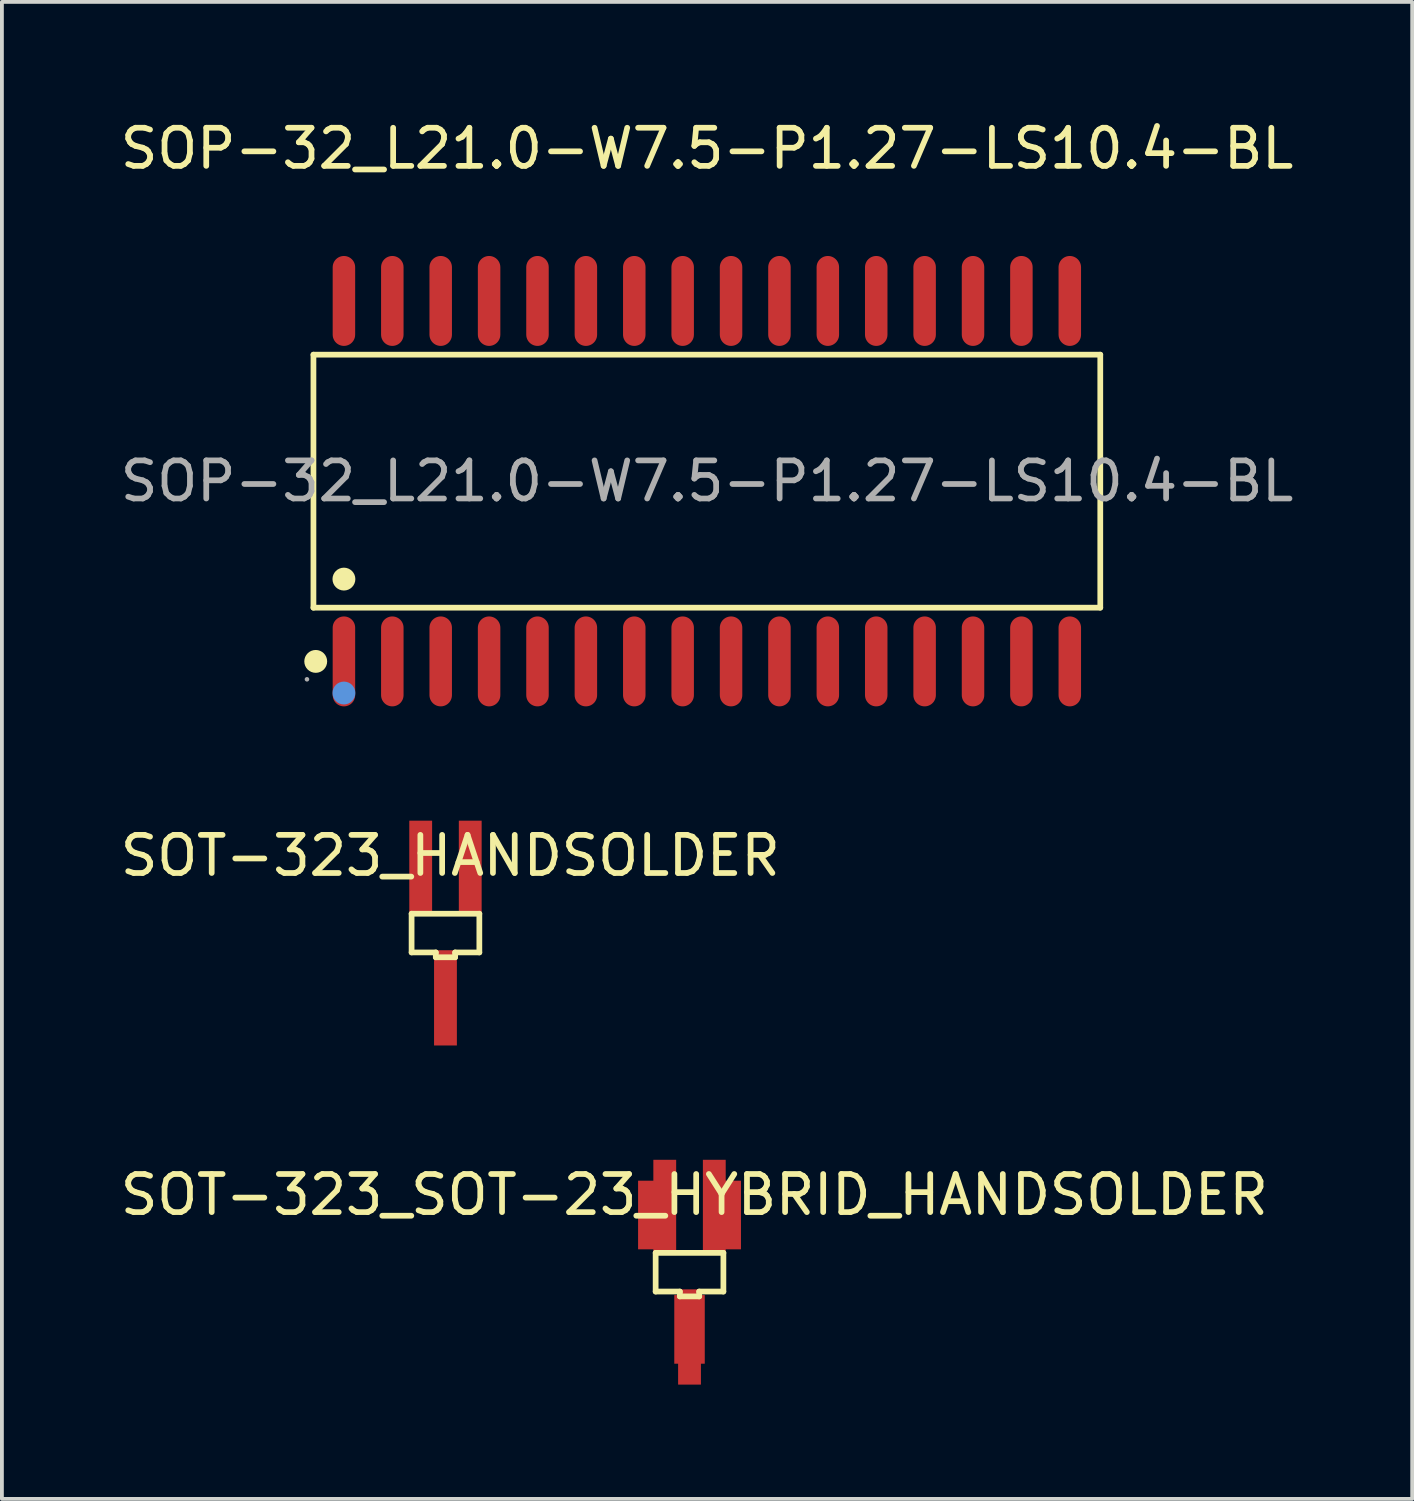
<source format=kicad_pcb>
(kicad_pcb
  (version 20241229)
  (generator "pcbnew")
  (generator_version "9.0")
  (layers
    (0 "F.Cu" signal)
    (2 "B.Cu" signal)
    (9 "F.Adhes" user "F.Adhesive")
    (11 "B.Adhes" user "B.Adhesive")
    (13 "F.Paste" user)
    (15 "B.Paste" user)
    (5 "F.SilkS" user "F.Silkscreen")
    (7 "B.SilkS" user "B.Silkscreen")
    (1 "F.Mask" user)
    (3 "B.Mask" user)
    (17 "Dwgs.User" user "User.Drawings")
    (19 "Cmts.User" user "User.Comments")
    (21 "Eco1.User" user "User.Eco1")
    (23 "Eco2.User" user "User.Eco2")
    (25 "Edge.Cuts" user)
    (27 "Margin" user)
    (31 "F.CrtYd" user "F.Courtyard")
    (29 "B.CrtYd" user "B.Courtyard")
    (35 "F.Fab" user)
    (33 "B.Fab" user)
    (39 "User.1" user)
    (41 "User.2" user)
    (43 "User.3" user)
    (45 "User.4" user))
  (footprint "SOP-32_L21.0-W7.5-P1.27-LS10.4-BL"
    (layer "F.Cu")
    (at 15.506 9.578)
    (property "Reference" "SOP-32_L21.0-W7.5-P1.27-LS10.4-BL" (at 0 -8.73 0) (layer "F.SilkS") (effects (font (size 1 1) (thickness 0.15))))
    (attr through_hole)
    (fp_line (start -10.33 -3.32) (end 10.32 -3.32) (stroke (width 0.15) (type solid)) (layer "F.SilkS"))
    (fp_line (start -10.33 3.32) (end -10.33 -3.32) (stroke (width 0.15) (type solid)) (layer "F.SilkS"))
    (fp_line (start 10.32 -3.32) (end 10.32 3.32) (stroke (width 0.15) (type solid)) (layer "F.SilkS"))
    (fp_line (start 10.32 3.32) (end -10.33 3.32) (stroke (width 0.15) (type solid)) (layer "F.SilkS"))
    (fp_circle (center -10.27 4.73) (end -10.12 4.73) (stroke (width 0.3) (type solid)) (fill no) (layer "F.SilkS"))
    (fp_circle (center -9.53 2.57) (end -9.38 2.57) (stroke (width 0.3) (type solid)) (fill no) (layer "F.SilkS"))
    (fp_circle (center -9.53 5.56) (end -9.38 5.56) (stroke (width 0.3) (type solid)) (fill no) (layer "Cmts.User"))
    (fp_circle (center -10.5 5.2) (end -10.47 5.2) (stroke (width 0.06) (type solid)) (fill no) (layer "F.Fab"))
    (fp_text user "${REFERENCE}" (at 0 0 0) (layer "F.Fab") (effects (font (size 1 1) (thickness 0.15))))
    (pad "1" smd oval (at -9.53 4.73) (size 0.59 2.36) (layers "F.Cu" "F.Mask" "F.Paste"))
    (pad "2" smd oval (at -8.26 4.73) (size 0.59 2.36) (layers "F.Cu" "F.Mask" "F.Paste"))
    (pad "3" smd oval (at -6.99 4.73) (size 0.59 2.36) (layers "F.Cu" "F.Mask" "F.Paste"))
    (pad "4" smd oval (at -5.72 4.73) (size 0.59 2.36) (layers "F.Cu" "F.Mask" "F.Paste"))
    (pad "5" smd oval (at -4.45 4.73) (size 0.59 2.36) (layers "F.Cu" "F.Mask" "F.Paste"))
    (pad "6" smd oval (at -3.18 4.73) (size 0.59 2.36) (layers "F.Cu" "F.Mask" "F.Paste"))
    (pad "7" smd oval (at -1.91 4.73) (size 0.59 2.36) (layers "F.Cu" "F.Mask" "F.Paste"))
    (pad "8" smd oval (at -0.64 4.73) (size 0.59 2.36) (layers "F.Cu" "F.Mask" "F.Paste"))
    (pad "9" smd oval (at 0.63 4.73) (size 0.59 2.36) (layers "F.Cu" "F.Mask" "F.Paste"))
    (pad "10" smd oval (at 1.9 4.73) (size 0.59 2.36) (layers "F.Cu" "F.Mask" "F.Paste"))
    (pad "11" smd oval (at 3.17 4.73) (size 0.59 2.36) (layers "F.Cu" "F.Mask" "F.Paste"))
    (pad "12" smd oval (at 4.44 4.73) (size 0.59 2.36) (layers "F.Cu" "F.Mask" "F.Paste"))
    (pad "13" smd oval (at 5.71 4.73) (size 0.59 2.36) (layers "F.Cu" "F.Mask" "F.Paste"))
    (pad "14" smd oval (at 6.98 4.73) (size 0.59 2.36) (layers "F.Cu" "F.Mask" "F.Paste"))
    (pad "15" smd oval (at 8.25 4.73) (size 0.59 2.36) (layers "F.Cu" "F.Mask" "F.Paste"))
    (pad "16" smd oval (at 9.52 4.73) (size 0.59 2.36) (layers "F.Cu" "F.Mask" "F.Paste"))
    (pad "17" smd oval (at 9.52 -4.73) (size 0.59 2.36) (layers "F.Cu" "F.Mask" "F.Paste"))
    (pad "18" smd oval (at 8.25 -4.73) (size 0.59 2.36) (layers "F.Cu" "F.Mask" "F.Paste"))
    (pad "19" smd oval (at 6.98 -4.73) (size 0.59 2.36) (layers "F.Cu" "F.Mask" "F.Paste"))
    (pad "20" smd oval (at 5.71 -4.73) (size 0.59 2.36) (layers "F.Cu" "F.Mask" "F.Paste"))
    (pad "21" smd oval (at 4.44 -4.73) (size 0.59 2.36) (layers "F.Cu" "F.Mask" "F.Paste"))
    (pad "22" smd oval (at 3.17 -4.73) (size 0.59 2.36) (layers "F.Cu" "F.Mask" "F.Paste"))
    (pad "23" smd oval (at 1.9 -4.73) (size 0.59 2.36) (layers "F.Cu" "F.Mask" "F.Paste"))
    (pad "24" smd oval (at 0.63 -4.73) (size 0.59 2.36) (layers "F.Cu" "F.Mask" "F.Paste"))
    (pad "25" smd oval (at -0.64 -4.73) (size 0.59 2.36) (layers "F.Cu" "F.Mask" "F.Paste"))
    (pad "26" smd oval (at -1.91 -4.73) (size 0.59 2.36) (layers "F.Cu" "F.Mask" "F.Paste"))
    (pad "27" smd oval (at -3.18 -4.73) (size 0.59 2.36) (layers "F.Cu" "F.Mask" "F.Paste"))
    (pad "28" smd oval (at -4.45 -4.73) (size 0.59 2.36) (layers "F.Cu" "F.Mask" "F.Paste"))
    (pad "29" smd oval (at -5.72 -4.73) (size 0.59 2.36) (layers "F.Cu" "F.Mask" "F.Paste"))
    (pad "30" smd oval (at -6.99 -4.73) (size 0.59 2.36) (layers "F.Cu" "F.Mask" "F.Paste"))
    (pad "31" smd oval (at -8.26 -4.73) (size 0.59 2.36) (layers "F.Cu" "F.Mask" "F.Paste"))
    (pad "32" smd oval (at -9.53 -4.73) (size 0.59 2.36) (layers "F.Cu" "F.Mask" "F.Paste")))
  (footprint "SOT-323_HANDSOLDER"
    (layer "F.Cu")
    (at 8.641 21.438)
    (property "Reference" "SOT-323_HANDSOLDER" (at 0.127 -2.032 0) (layer "F.SilkS") (effects (font (size 1 1) (thickness 0.15))))
    (attr smd)
    (fp_line (start -0.889 -0.508) (end -0.889 0.508) (stroke (width 0.15) (type solid)) (layer "F.SilkS"))
    (fp_line (start -0.889 0.508) (end -0.254 0.508) (stroke (width 0.15) (type solid)) (layer "F.SilkS"))
    (fp_line (start -0.254 0.508) (end -0.254 0.635) (stroke (width 0.15) (type solid)) (layer "F.SilkS"))
    (fp_line (start -0.254 0.635) (end 0.254 0.635) (stroke (width 0.15) (type solid)) (layer "F.SilkS"))
    (fp_line (start 0.254 0.508) (end 0.889 0.508) (stroke (width 0.15) (type solid)) (layer "F.SilkS"))
    (fp_line (start 0.254 0.635) (end 0.254 0.508) (stroke (width 0.15) (type solid)) (layer "F.SilkS"))
    (fp_line (start 0.889 -0.508) (end -0.889 -0.508) (stroke (width 0.15) (type solid)) (layer "F.SilkS"))
    (fp_line (start 0.889 0.508) (end 0.889 -0.508) (stroke (width 0.15) (type solid)) (layer "F.SilkS"))
    (pad "1" smd rect (at 0.65 -1.7) (size 0.599 2.5) (layers "F.Cu" "F.Mask" "F.Paste"))
    (pad "2" smd rect (at -0.65 -1.7) (size 0.599 2.5) (layers "F.Cu" "F.Mask" "F.Paste"))
    (pad "3" smd rect (at 0 1.7) (size 0.599 2.5) (layers "F.Cu" "F.Mask" "F.Paste")))
  (footprint "SOT-323_SOT-23_HYBRID_HANDSOLDER"
    (layer "F.Cu")
    (at 15.046 30.338)
    (property "Reference" "SOT-323_SOT-23_HYBRID_HANDSOLDER" (at 0.127 -2.032 0) (layer "F.SilkS") (effects (font (size 1 1) (thickness 0.15))))
    (attr smd)
    (fp_line (start -0.889 -0.508) (end -0.889 0.508) (stroke (width 0.15) (type solid)) (layer "F.SilkS"))
    (fp_line (start -0.889 0.508) (end -0.254 0.508) (stroke (width 0.15) (type solid)) (layer "F.SilkS"))
    (fp_line (start -0.254 0.508) (end -0.254 0.635) (stroke (width 0.15) (type solid)) (layer "F.SilkS"))
    (fp_line (start -0.254 0.635) (end 0.254 0.635) (stroke (width 0.15) (type solid)) (layer "F.SilkS"))
    (fp_line (start 0.254 0.508) (end 0.889 0.508) (stroke (width 0.15) (type solid)) (layer "F.SilkS"))
    (fp_line (start 0.254 0.635) (end 0.254 0.508) (stroke (width 0.15) (type solid)) (layer "F.SilkS"))
    (fp_line (start 0.889 -0.508) (end -0.889 -0.508) (stroke (width 0.15) (type solid)) (layer "F.SilkS"))
    (fp_line (start 0.889 0.508) (end 0.889 -0.508) (stroke (width 0.15) (type solid)) (layer "F.SilkS"))
    (pad "1" smd rect (at 0.65 -1.7) (size 0.599 2.5) (layers "F.Cu" "F.Mask" "F.Paste"))
    (pad "1" smd rect (at 0.95 -1.501) (size 0.8 1.801) (layers "F.Cu" "F.Mask" "F.Paste"))
    (pad "2" smd rect (at -0.95 -1.501) (size 0.8 1.801) (layers "F.Cu" "F.Mask" "F.Paste"))
    (pad "2" smd rect (at -0.65 -1.7) (size 0.599 2.5) (layers "F.Cu" "F.Mask" "F.Paste"))
    (pad "3" smd rect (at 0 1.501) (size 0.8 1.801) (layers "F.Cu" "F.Mask" "F.Paste"))
    (pad "3" smd rect (at 0 1.7) (size 0.599 2.5) (layers "F.Cu" "F.Mask" "F.Paste")))
  (gr_rect
    (start -3 -3)
    (end 34.012 36.288)
    (stroke (width 0.1) (type default))
    (fill no)
    (layer "Edge.Cuts")))
</source>
